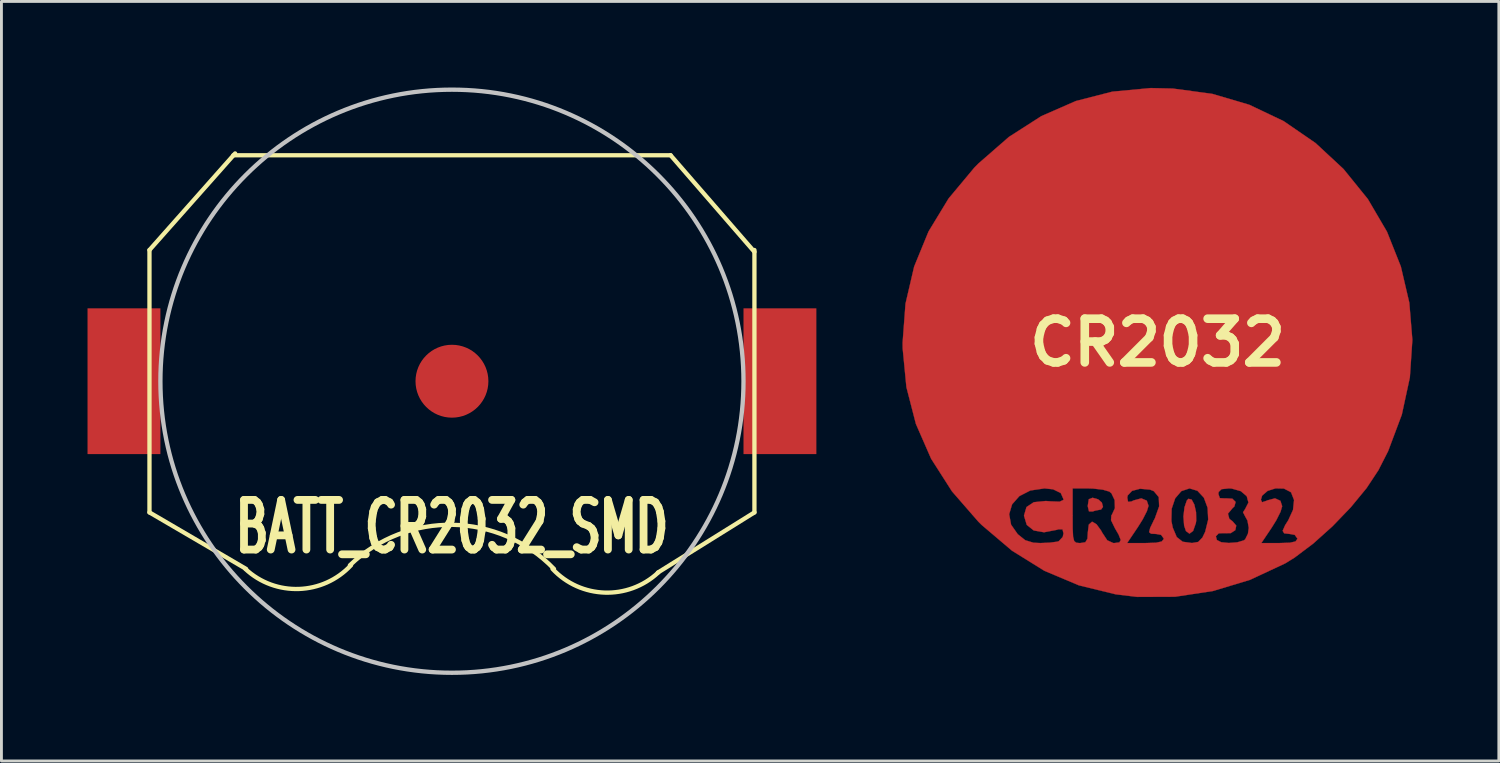
<source format=kicad_pcb>
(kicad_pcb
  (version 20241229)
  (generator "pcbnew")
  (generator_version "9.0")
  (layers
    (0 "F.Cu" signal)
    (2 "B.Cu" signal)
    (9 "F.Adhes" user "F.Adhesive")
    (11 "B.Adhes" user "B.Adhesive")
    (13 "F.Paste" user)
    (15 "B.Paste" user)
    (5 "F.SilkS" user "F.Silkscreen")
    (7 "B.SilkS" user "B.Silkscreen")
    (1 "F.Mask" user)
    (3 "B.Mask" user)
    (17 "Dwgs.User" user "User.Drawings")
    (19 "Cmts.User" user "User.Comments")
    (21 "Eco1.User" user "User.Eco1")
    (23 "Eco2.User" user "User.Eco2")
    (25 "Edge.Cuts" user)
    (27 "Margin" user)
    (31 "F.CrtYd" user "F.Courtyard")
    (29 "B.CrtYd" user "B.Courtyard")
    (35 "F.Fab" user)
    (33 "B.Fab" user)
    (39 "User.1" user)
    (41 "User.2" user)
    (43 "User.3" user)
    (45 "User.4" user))
  (footprint "BATT_CR2032_SMD"
    (layer "F.Cu")
    (at 12.7 10.235)
    (property "Reference" "BATT_CR2032_SMD" (at 0 5.08 0) (layer "F.SilkS") (effects (font (size 1.73 1.087) (thickness 0.272))))
    (attr through_hole)
    (fp_line (start -10.541 -4.572) (end -7.556 -7.938) (stroke (width 0.15) (type solid)) (layer "F.SilkS"))
    (fp_line (start -10.541 4.572) (end -10.541 -4.572) (stroke (width 0.15) (type solid)) (layer "F.SilkS"))
    (fp_line (start -7.62 -7.874) (end 7.62 -7.874) (stroke (width 0.15) (type solid)) (layer "F.SilkS"))
    (fp_line (start -7.176 6.54) (end -10.541 4.572) (stroke (width 0.15) (type solid)) (layer "F.SilkS"))
    (fp_line (start 7.176 6.668) (end 10.541 4.572) (stroke (width 0.15) (type solid)) (layer "F.SilkS"))
    (fp_line (start 7.62 -7.874) (end 10.541 -4.508) (stroke (width 0.15) (type solid)) (layer "F.SilkS"))
    (fp_line (start 10.541 4.572) (end 10.541 -4.572) (stroke (width 0.15) (type solid)) (layer "F.SilkS"))
    (fp_arc (start -3.556 6.4135) (mid 0.026303 5.004057) (end 3.556 6.5405) (stroke (width 0.15) (type solid)) (layer "F.SilkS"))
    (fp_arc (start -3.5179 6.4135) (mid -5.333097 7.239774) (end -7.2009 6.5405) (stroke (width 0.15) (type solid)) (layer "F.SilkS"))
    (fp_arc (start 7.1882 6.6675) (mid 5.320397 7.366774) (end 3.5052 6.5405) (stroke (width 0.15) (type solid)) (layer "F.SilkS"))
    (fp_circle (center 0 0) (end -10.16 0) (stroke (width 0.15) (type solid)) (fill no) (layer "Dwgs.User"))
    (pad "1" smd rect (at -11.43 0) (size 2.54 5.08) (layers "F.Cu" "F.Mask" "F.Paste"))
    (pad "1" smd rect (at 11.43 0) (size 2.54 5.08) (layers "F.Cu" "F.Mask" "F.Paste"))
    (pad "2" smd circle (at 0 0) (size 2.54 2.54) (layers "F.Cu" "F.Mask" "F.Paste")))
  (footprint "CR2032"
    (layer "F.Cu")
    (at 37.293 8.89)
    (property "Reference" "CR2032" (at 0 0 0) (layer "F.SilkS") (effects (font (size 1.524 1.524) (thickness 0.3))))
    (attr through_hole)
    (fp_poly (pts (xy -2.072 5.462) (xy -1.945 5.574) (xy -1.905 5.724) (xy -1.972 5.817) (xy -2.002 5.821) (xy -2.18 5.856) (xy -2.267 5.885) (xy -2.393 5.881) (xy -2.434 5.712) (xy -2.434 5.673) (xy -2.4 5.457) (xy -2.267 5.406) (xy -2.072 5.462)) (stroke (width 0.01) (type solid)) (fill yes) (layer "F.Cu"))
    (fp_poly (pts (xy 1.183 5.468) (xy 1.278 5.643) (xy 1.338 5.908) (xy 1.344 6.202) (xy 1.331 6.289) (xy 1.236 6.562) (xy 1.108 6.658) (xy 0.986 6.567) (xy 0.922 6.376) (xy 0.898 6.058) (xy 0.935 5.739) (xy 1.016 5.503) (xy 1.071 5.443) (xy 1.183 5.468)) (stroke (width 0.01) (type solid)) (fill yes) (layer "F.Cu"))
    (fp_poly (pts (xy 0.529 -8.854) (xy 1.903 -8.669) (xy 3.19 -8.29) (xy 4.389 -7.72) (xy 5.501 -6.956) (xy 6.475 -6.052) (xy 7.325 -5.003) (xy 7.993 -3.863) (xy 8.475 -2.652) (xy 8.77 -1.389) (xy 8.876 -0.095) (xy 8.789 1.211) (xy 8.509 2.509) (xy 8.032 3.78) (xy 7.693 4.445) (xy 7.28 5.07) (xy 6.73 5.738) (xy 6.093 6.4) (xy 5.422 7.002) (xy 4.767 7.495) (xy 4.445 7.693) (xy 3.217 8.267) (xy 1.926 8.656) (xy 0.605 8.856) (xy -0.714 8.861) (xy -1.464 8.771) (xy -2.748 8.457) (xy -3.949 7.951) (xy -5.076 7.251) (xy -6.134 6.353) (xy -6.244 6.244) (xy -6.475 5.979) (xy -5.175 5.979) (xy -5.108 6.345) (xy -4.876 6.676) (xy -4.615 6.886) (xy -4.329 6.973) (xy -4.091 6.985) (xy -3.762 6.971) (xy -3.504 6.937) (xy -3.448 6.921) (xy -3.309 6.774) (xy -3.281 6.649) (xy -3.317 6.505) (xy -3.463 6.507) (xy -3.519 6.525) (xy -3.959 6.609) (xy -4.318 6.546) (xy -4.562 6.351) (xy -4.656 6.039) (xy -4.657 6.023) (xy -4.571 5.73) (xy -4.317 5.561) (xy -3.899 5.519) (xy -3.742 5.531) (xy -3.418 5.543) (xy -3.285 5.482) (xy -3.281 5.459) (xy -3.376 5.242) (xy -3.643 5.112) (xy -3.942 5.08) (xy -2.963 5.08) (xy -2.963 6.032) (xy -2.961 6.483) (xy -2.947 6.763) (xy -2.91 6.913) (xy -2.839 6.973) (xy -2.722 6.985) (xy -2.699 6.985) (xy -2.52 6.957) (xy -2.447 6.833) (xy -2.434 6.615) (xy -2.4 6.342) (xy -2.292 6.245) (xy -2.274 6.244) (xy -2.129 6.332) (xy -1.971 6.549) (xy -1.937 6.615) (xy -1.757 6.888) (xy -1.548 6.984) (xy -1.515 6.985) (xy -1.064 6.985) (xy -0.426 6.985) (xy -0.057 6.973) (xy 0.142 6.93) (xy 0.21 6.846) (xy 0.212 6.826) (xy 0.12 6.699) (xy -0.053 6.668) (xy -0.23 6.659) (xy -0.298 6.604) (xy -0.261 6.457) (xy -0.143 6.212) (xy 0.478 6.212) (xy 0.526 6.448) (xy 0.665 6.776) (xy 0.872 6.939) (xy 1.196 6.983) (xy 1.412 6.946) (xy 1.56 6.793) (xy 1.581 6.749) (xy 2.028 6.749) (xy 2.064 6.879) (xy 2.215 6.956) (xy 2.481 6.982) (xy 2.772 6.96) (xy 3 6.892) (xy 3.048 6.858) (xy 3.146 6.66) (xy 3.175 6.456) (xy 3.129 6.198) (xy 3.048 6.054) (xy 2.975 5.91) (xy 3.048 5.8) (xy 3.164 5.573) (xy 3.137 5.475) (xy 3.598 5.475) (xy 3.639 5.562) (xy 3.793 5.512) (xy 3.818 5.499) (xy 4.089 5.426) (xy 4.278 5.512) (xy 4.339 5.701) (xy 4.282 5.895) (xy 4.135 6.188) (xy 3.976 6.445) (xy 3.613 6.985) (xy 4.24 6.985) (xy 4.607 6.973) (xy 4.803 6.929) (xy 4.867 6.843) (xy 4.868 6.826) (xy 4.776 6.699) (xy 4.604 6.668) (xy 4.408 6.646) (xy 4.356 6.557) (xy 4.443 6.361) (xy 4.551 6.191) (xy 4.717 5.829) (xy 4.753 5.485) (xy 4.651 5.223) (xy 4.635 5.207) (xy 4.4 5.086) (xy 4.107 5.079) (xy 3.831 5.167) (xy 3.641 5.332) (xy 3.598 5.475) (xy 3.137 5.475) (xy 3.104 5.352) (xy 2.898 5.176) (xy 2.579 5.085) (xy 2.48 5.08) (xy 2.225 5.107) (xy 2.125 5.205) (xy 2.117 5.277) (xy 2.167 5.419) (xy 2.35 5.429) (xy 2.369 5.426) (xy 2.603 5.439) (xy 2.717 5.552) (xy 2.674 5.709) (xy 2.609 5.769) (xy 2.449 5.962) (xy 2.498 6.141) (xy 2.609 6.226) (xy 2.739 6.376) (xy 2.706 6.535) (xy 2.548 6.638) (xy 2.377 6.641) (xy 2.132 6.643) (xy 2.028 6.749) (xy 1.581 6.749) (xy 1.656 6.593) (xy 1.761 6.167) (xy 1.74 5.754) (xy 1.61 5.403) (xy 1.387 5.163) (xy 1.111 5.08) (xy 0.825 5.175) (xy 0.61 5.427) (xy 0.488 5.789) (xy 0.478 6.212) (xy -0.143 6.212) (xy -0.123 6.173) (xy -0.097 6.122) (xy 0.052 5.706) (xy 0.038 5.383) (xy -0.135 5.175) (xy -0.266 5.123) (xy -0.614 5.092) (xy -0.893 5.166) (xy -1.045 5.327) (xy -1.058 5.403) (xy -1.032 5.549) (xy -0.913 5.536) (xy -0.838 5.499) (xy -0.57 5.427) (xy -0.379 5.507) (xy -0.318 5.687) (xy -0.374 5.871) (xy -0.521 6.159) (xy -0.691 6.431) (xy -1.064 6.985) (xy -1.515 6.985) (xy -1.336 6.965) (xy -1.286 6.879) (xy -1.362 6.687) (xy -1.489 6.468) (xy -1.625 6.188) (xy -1.613 6.02) (xy -1.595 5.997) (xy -1.49 5.769) (xy -1.499 5.486) (xy -1.611 5.25) (xy -1.686 5.19) (xy -1.91 5.125) (xy -2.247 5.086) (xy -2.427 5.08) (xy -2.963 5.08) (xy -3.942 5.08) (xy -4.437 5.153) (xy -4.82 5.349) (xy -5.073 5.636) (xy -5.175 5.979) (xy -6.475 5.979) (xy -7.167 5.184) (xy -7.895 4.045) (xy -8.425 2.833) (xy -8.756 1.551) (xy -8.886 0.203) (xy -8.888 0) (xy -8.787 -1.358) (xy -8.486 -2.65) (xy -7.985 -3.872) (xy -7.286 -5.022) (xy -6.392 -6.094) (xy -6.244 -6.244) (xy -5.184 -7.168) (xy -4.052 -7.894) (xy -2.85 -8.42) (xy -1.579 -8.746) (xy -0.242 -8.871) (xy 0.529 -8.854)) (stroke (width 0.01) (type solid)) (fill yes) (layer "F.Cu"))
    (fp_poly (pts (xy -2.072 5.462) (xy -1.945 5.574) (xy -1.905 5.724) (xy -1.972 5.817) (xy -2.002 5.821) (xy -2.18 5.856) (xy -2.267 5.885) (xy -2.393 5.881) (xy -2.434 5.712) (xy -2.434 5.673) (xy -2.4 5.457) (xy -2.267 5.406) (xy -2.072 5.462)) (stroke (width 0.01) (type solid)) (fill yes) (layer "F.Mask"))
    (fp_poly (pts (xy 1.183 5.468) (xy 1.278 5.643) (xy 1.338 5.908) (xy 1.344 6.202) (xy 1.331 6.289) (xy 1.236 6.562) (xy 1.108 6.658) (xy 0.986 6.567) (xy 0.922 6.376) (xy 0.898 6.058) (xy 0.935 5.739) (xy 1.016 5.503) (xy 1.071 5.443) (xy 1.183 5.468)) (stroke (width 0.01) (type solid)) (fill yes) (layer "F.Mask"))
    (fp_poly (pts (xy 0.529 -8.854) (xy 1.903 -8.669) (xy 3.19 -8.29) (xy 4.389 -7.72) (xy 5.501 -6.956) (xy 6.475 -6.052) (xy 7.325 -5.003) (xy 7.993 -3.863) (xy 8.475 -2.652) (xy 8.77 -1.389) (xy 8.876 -0.095) (xy 8.789 1.211) (xy 8.509 2.509) (xy 8.032 3.78) (xy 7.693 4.445) (xy 7.28 5.07) (xy 6.73 5.738) (xy 6.093 6.4) (xy 5.422 7.002) (xy 4.767 7.495) (xy 4.445 7.693) (xy 3.217 8.267) (xy 1.926 8.656) (xy 0.605 8.856) (xy -0.714 8.861) (xy -1.464 8.771) (xy -2.748 8.457) (xy -3.949 7.951) (xy -5.076 7.251) (xy -6.134 6.353) (xy -6.244 6.244) (xy -6.475 5.979) (xy -5.175 5.979) (xy -5.108 6.345) (xy -4.876 6.676) (xy -4.615 6.886) (xy -4.329 6.973) (xy -4.091 6.985) (xy -3.762 6.971) (xy -3.504 6.937) (xy -3.448 6.921) (xy -3.309 6.774) (xy -3.281 6.649) (xy -3.317 6.505) (xy -3.463 6.507) (xy -3.519 6.525) (xy -3.959 6.609) (xy -4.318 6.546) (xy -4.562 6.351) (xy -4.656 6.039) (xy -4.657 6.023) (xy -4.571 5.73) (xy -4.317 5.561) (xy -3.899 5.519) (xy -3.742 5.531) (xy -3.418 5.543) (xy -3.285 5.482) (xy -3.281 5.459) (xy -3.376 5.242) (xy -3.643 5.112) (xy -3.942 5.08) (xy -2.963 5.08) (xy -2.963 6.032) (xy -2.961 6.483) (xy -2.947 6.763) (xy -2.91 6.913) (xy -2.839 6.973) (xy -2.722 6.985) (xy -2.699 6.985) (xy -2.52 6.957) (xy -2.447 6.833) (xy -2.434 6.615) (xy -2.4 6.342) (xy -2.292 6.245) (xy -2.274 6.244) (xy -2.129 6.332) (xy -1.971 6.549) (xy -1.937 6.615) (xy -1.757 6.888) (xy -1.548 6.984) (xy -1.515 6.985) (xy -1.064 6.985) (xy -0.426 6.985) (xy -0.057 6.973) (xy 0.142 6.93) (xy 0.21 6.846) (xy 0.212 6.826) (xy 0.12 6.699) (xy -0.053 6.668) (xy -0.23 6.659) (xy -0.298 6.604) (xy -0.261 6.457) (xy -0.143 6.212) (xy 0.478 6.212) (xy 0.526 6.448) (xy 0.665 6.776) (xy 0.872 6.939) (xy 1.196 6.983) (xy 1.412 6.946) (xy 1.56 6.793) (xy 1.581 6.749) (xy 2.028 6.749) (xy 2.064 6.879) (xy 2.215 6.956) (xy 2.481 6.982) (xy 2.772 6.96) (xy 3 6.892) (xy 3.048 6.858) (xy 3.146 6.66) (xy 3.175 6.456) (xy 3.129 6.198) (xy 3.048 6.054) (xy 2.975 5.91) (xy 3.048 5.8) (xy 3.164 5.573) (xy 3.137 5.475) (xy 3.598 5.475) (xy 3.639 5.562) (xy 3.793 5.512) (xy 3.818 5.499) (xy 4.089 5.426) (xy 4.278 5.512) (xy 4.339 5.701) (xy 4.282 5.895) (xy 4.135 6.188) (xy 3.976 6.445) (xy 3.613 6.985) (xy 4.24 6.985) (xy 4.607 6.973) (xy 4.803 6.929) (xy 4.867 6.843) (xy 4.868 6.826) (xy 4.776 6.699) (xy 4.604 6.668) (xy 4.408 6.646) (xy 4.356 6.557) (xy 4.443 6.361) (xy 4.551 6.191) (xy 4.717 5.829) (xy 4.753 5.485) (xy 4.651 5.223) (xy 4.635 5.207) (xy 4.4 5.086) (xy 4.107 5.079) (xy 3.831 5.167) (xy 3.641 5.332) (xy 3.598 5.475) (xy 3.137 5.475) (xy 3.104 5.352) (xy 2.898 5.176) (xy 2.579 5.085) (xy 2.48 5.08) (xy 2.225 5.107) (xy 2.125 5.205) (xy 2.117 5.277) (xy 2.167 5.419) (xy 2.35 5.429) (xy 2.369 5.426) (xy 2.603 5.439) (xy 2.717 5.552) (xy 2.674 5.709) (xy 2.609 5.769) (xy 2.449 5.962) (xy 2.498 6.141) (xy 2.609 6.226) (xy 2.739 6.376) (xy 2.706 6.535) (xy 2.548 6.638) (xy 2.377 6.641) (xy 2.132 6.643) (xy 2.028 6.749) (xy 1.581 6.749) (xy 1.656 6.593) (xy 1.761 6.167) (xy 1.74 5.754) (xy 1.61 5.403) (xy 1.387 5.163) (xy 1.111 5.08) (xy 0.825 5.175) (xy 0.61 5.427) (xy 0.488 5.789) (xy 0.478 6.212) (xy -0.143 6.212) (xy -0.123 6.173) (xy -0.097 6.122) (xy 0.052 5.706) (xy 0.038 5.383) (xy -0.135 5.175) (xy -0.266 5.123) (xy -0.614 5.092) (xy -0.893 5.166) (xy -1.045 5.327) (xy -1.058 5.403) (xy -1.032 5.549) (xy -0.913 5.536) (xy -0.838 5.499) (xy -0.57 5.427) (xy -0.379 5.507) (xy -0.318 5.687) (xy -0.374 5.871) (xy -0.521 6.159) (xy -0.691 6.431) (xy -1.064 6.985) (xy -1.515 6.985) (xy -1.336 6.965) (xy -1.286 6.879) (xy -1.362 6.687) (xy -1.489 6.468) (xy -1.625 6.188) (xy -1.613 6.02) (xy -1.595 5.997) (xy -1.49 5.769) (xy -1.499 5.486) (xy -1.611 5.25) (xy -1.686 5.19) (xy -1.91 5.125) (xy -2.247 5.086) (xy -2.427 5.08) (xy -2.963 5.08) (xy -3.942 5.08) (xy -4.437 5.153) (xy -4.82 5.349) (xy -5.073 5.636) (xy -5.175 5.979) (xy -6.475 5.979) (xy -7.167 5.184) (xy -7.895 4.045) (xy -8.425 2.833) (xy -8.756 1.551) (xy -8.886 0.203) (xy -8.888 0) (xy -8.787 -1.358) (xy -8.486 -2.65) (xy -7.985 -3.872) (xy -7.286 -5.022) (xy -6.392 -6.094) (xy -6.244 -6.244) (xy -5.184 -7.168) (xy -4.052 -7.894) (xy -2.85 -8.42) (xy -1.579 -8.746) (xy -0.242 -8.871) (xy 0.529 -8.854)) (stroke (width 0.01) (type solid)) (fill yes) (layer "F.Mask"))
    (pad "" smd circle (at 0 0) (size 17.78 17.78) (layers "F.Mask" "F.Paste")))
  (gr_rect
    (start -3 -3)
    (end 49.183 23.47)
    (stroke (width 0.1) (type default))
    (fill no)
    (layer "Edge.Cuts")))
</source>
